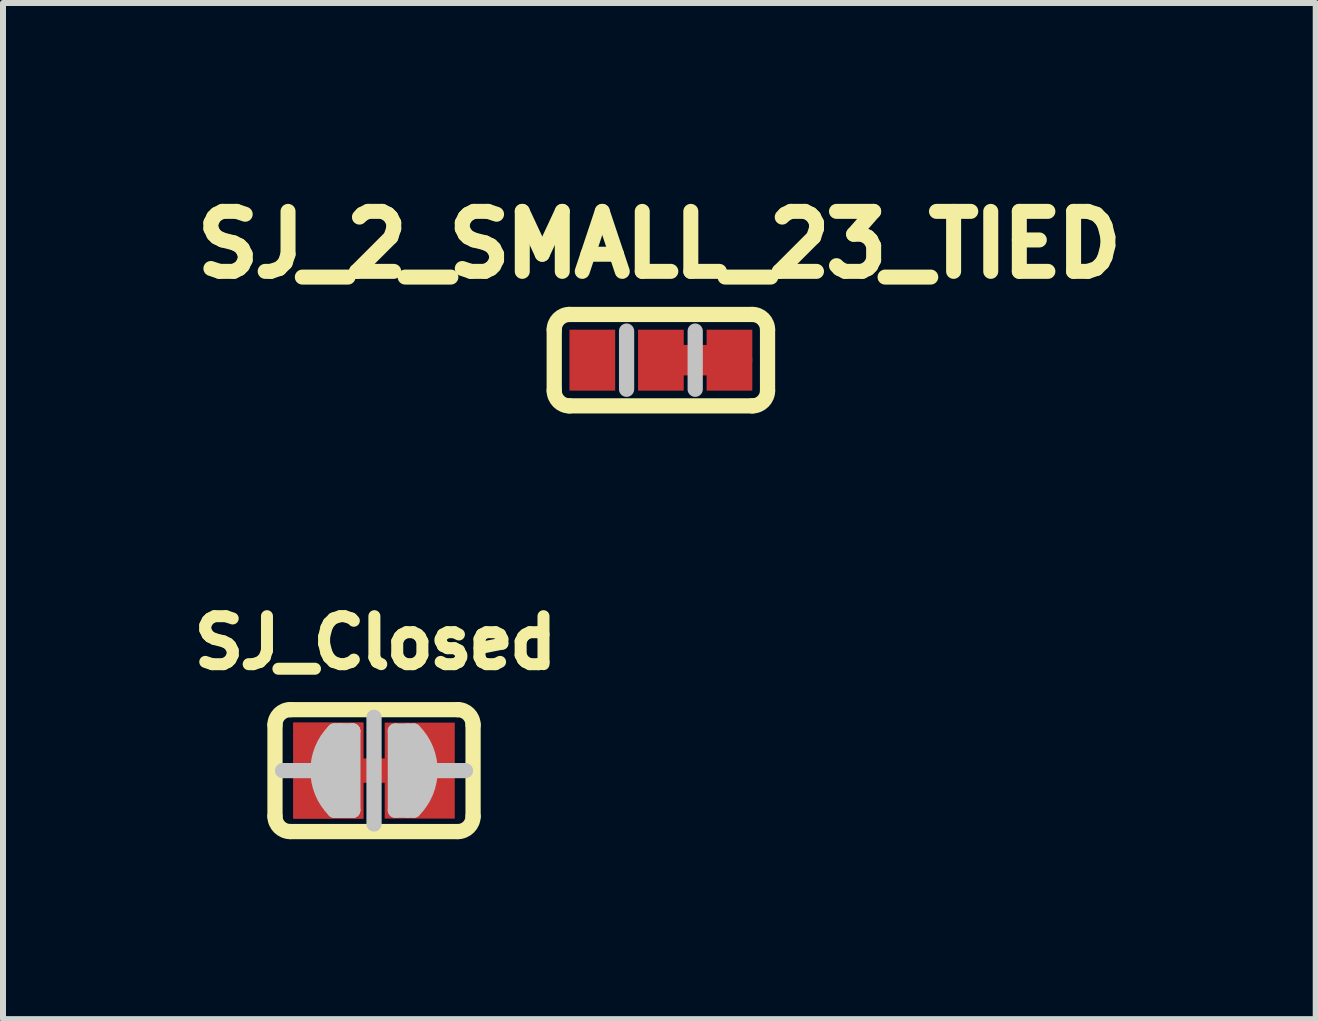
<source format=kicad_pcb>
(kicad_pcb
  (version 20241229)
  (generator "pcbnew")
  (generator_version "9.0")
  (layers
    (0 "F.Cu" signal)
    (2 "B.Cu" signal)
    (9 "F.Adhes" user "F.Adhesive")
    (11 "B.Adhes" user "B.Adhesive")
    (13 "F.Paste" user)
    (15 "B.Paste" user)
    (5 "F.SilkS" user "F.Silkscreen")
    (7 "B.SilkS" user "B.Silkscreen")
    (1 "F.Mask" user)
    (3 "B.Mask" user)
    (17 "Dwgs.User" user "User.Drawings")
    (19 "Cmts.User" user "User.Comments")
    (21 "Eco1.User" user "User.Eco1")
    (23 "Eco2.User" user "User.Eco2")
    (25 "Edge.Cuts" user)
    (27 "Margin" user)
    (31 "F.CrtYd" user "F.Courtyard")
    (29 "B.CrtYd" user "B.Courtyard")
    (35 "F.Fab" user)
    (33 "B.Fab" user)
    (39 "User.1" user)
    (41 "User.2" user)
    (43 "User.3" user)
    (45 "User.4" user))
  (footprint "SJ_Closed"
    (layer "F.Cu")
    (at 3.185 9.796)
    (property "Reference" "SJ_Closed" (at 0.025 -2.134 0) (layer "F.SilkS") (effects (font (size 0.8 0.8) (thickness 0.2))))
    (attr smd)
    (fp_line (start -1.651 0.762) (end -1.651 -0.762) (stroke (width 0.254) (type solid)) (layer "F.SilkS"))
    (fp_line (start -1.397 -1.016) (end 1.397 -1.016) (stroke (width 0.254) (type solid)) (layer "F.SilkS"))
    (fp_line (start 1.397 1.016) (end -1.397 1.016) (stroke (width 0.254) (type solid)) (layer "F.SilkS"))
    (fp_line (start 1.651 0.762) (end 1.651 -0.762) (stroke (width 0.254) (type solid)) (layer "F.SilkS"))
    (fp_arc (start -1.651 -0.762) (mid -1.576605 -0.941605) (end -1.397 -1.016) (stroke (width 0.254) (type solid)) (layer "F.SilkS"))
    (fp_arc (start -1.397 1.016) (mid -1.576605 0.941605) (end -1.651 0.762) (stroke (width 0.254) (type solid)) (layer "F.SilkS"))
    (fp_arc (start 1.397 -1.016) (mid 1.576605 -0.941605) (end 1.651 -0.762) (stroke (width 0.254) (type solid)) (layer "F.SilkS"))
    (fp_arc (start 1.651 0.762) (mid 1.576605 0.941605) (end 1.397 1.016) (stroke (width 0.254) (type solid)) (layer "F.SilkS"))
    (fp_line (start -1.016 0) (end -1.524 0) (stroke (width 0.254) (type solid)) (layer "Dwgs.User"))
    (fp_line (start -0.711 0.559) (end -0.711 -0.457) (stroke (width 0.254) (type solid)) (layer "Dwgs.User"))
    (fp_line (start -0.711 0.559) (end -0.711 -0.457) (stroke (width 0.254) (type solid)) (layer "Dwgs.User"))
    (fp_line (start -0.66 -0.66) (end -0.356 -0.66) (stroke (width 0.254) (type solid)) (layer "Dwgs.User"))
    (fp_line (start -0.66 -0.66) (end -0.356 -0.66) (stroke (width 0.254) (type solid)) (layer "Dwgs.User"))
    (fp_line (start -0.559 0.66) (end -0.559 -0.66) (stroke (width 0.254) (type solid)) (layer "Dwgs.User"))
    (fp_line (start -0.559 0.66) (end -0.559 -0.66) (stroke (width 0.254) (type solid)) (layer "Dwgs.User"))
    (fp_line (start -0.356 -0.66) (end -0.356 0.66) (stroke (width 0.254) (type solid)) (layer "Dwgs.User"))
    (fp_line (start -0.356 -0.66) (end -0.356 0.66) (stroke (width 0.254) (type solid)) (layer "Dwgs.User"))
    (fp_line (start -0.356 0.66) (end -0.66 0.66) (stroke (width 0.254) (type solid)) (layer "Dwgs.User"))
    (fp_line (start -0.356 0.66) (end -0.66 0.66) (stroke (width 0.254) (type solid)) (layer "Dwgs.User"))
    (fp_line (start 0 -0.889) (end 0 0.889) (stroke (width 0.254) (type solid)) (layer "Dwgs.User"))
    (fp_line (start 0.356 -0.66) (end 0.356 0.66) (stroke (width 0.254) (type solid)) (layer "Dwgs.User"))
    (fp_line (start 0.356 -0.66) (end 0.66 -0.66) (stroke (width 0.254) (type solid)) (layer "Dwgs.User"))
    (fp_line (start 0.356 0.66) (end 0.66 0.66) (stroke (width 0.254) (type solid)) (layer "Dwgs.User"))
    (fp_line (start 0.559 -0.66) (end 0.559 0.66) (stroke (width 0.254) (type solid)) (layer "Dwgs.User"))
    (fp_line (start 0.737 0.508) (end 0.737 -0.508) (stroke (width 0.254) (type solid)) (layer "Dwgs.User"))
    (fp_line (start 1.016 0) (end 1.524 0) (stroke (width 0.254) (type solid)) (layer "Dwgs.User"))
    (fp_arc (start -0.6604 0.6604) (mid -0.933947 0) (end -0.6604 -0.6604) (stroke (width 0.254) (type solid)) (layer "Dwgs.User"))
    (fp_arc (start 0.6604 -0.6604) (mid 0.933947 0) (end 0.6604 0.6604) (stroke (width 0.254) (type solid)) (layer "Dwgs.User"))
    (pad "1" smd rect (at -0.762 0) (size 1.168 1.6) (layers "F.Cu" "F.Mask"))
    (pad "1" smd rect (at -0.762 0) (size 1.168 1.6) (layers "F.Cu" "F.Mask"))
    (pad "1" connect rect (at 0 0) (size 0.508 0.406) (layers "F.Cu" "F.Mask"))
    (pad "2" smd rect (at 0.762 0) (size 1.168 1.6) (layers "F.Cu" "F.Mask")))
  (footprint "SJ_2_SMALL_23_TIED"
    (layer "F.Cu")
    (at 7.967 2.954)
    (property "Reference" "SJ_2_SMALL_23_TIED" (at -0.025 -1.93 0) (layer "F.SilkS") (effects (font (size 1 1) (thickness 0.25))))
    (attr smd)
    (fp_line (start 0 0) (end 1.27 0) (stroke (width 0.508) (type solid)) (layer "F.Cu"))
    (fp_line (start -1.778 0.508) (end -1.778 -0.508) (stroke (width 0.254) (type solid)) (layer "F.SilkS"))
    (fp_line (start -1.524 -0.762) (end 1.524 -0.762) (stroke (width 0.254) (type solid)) (layer "F.SilkS"))
    (fp_line (start 1.524 0.762) (end -1.524 0.762) (stroke (width 0.254) (type solid)) (layer "F.SilkS"))
    (fp_line (start 1.778 0.508) (end 1.778 -0.508) (stroke (width 0.254) (type solid)) (layer "F.SilkS"))
    (fp_arc (start -1.778 -0.508) (mid -1.703605 -0.687605) (end -1.524 -0.762) (stroke (width 0.254) (type solid)) (layer "F.SilkS"))
    (fp_arc (start -1.524 0.762) (mid -1.703605 0.687605) (end -1.778 0.508) (stroke (width 0.254) (type solid)) (layer "F.SilkS"))
    (fp_arc (start 1.524 -0.762) (mid 1.703605 -0.687605) (end 1.778 -0.508) (stroke (width 0.254) (type solid)) (layer "F.SilkS"))
    (fp_arc (start 1.778 0.508) (mid 1.703605 0.687605) (end 1.524 0.762) (stroke (width 0.254) (type solid)) (layer "F.SilkS"))
    (fp_line (start -0.572 -0.485) (end -0.572 0.485) (stroke (width 0.254) (type solid)) (layer "Dwgs.User"))
    (fp_line (start 0.572 -0.485) (end 0.572 0.485) (stroke (width 0.254) (type solid)) (layer "Dwgs.User"))
    (pad "1" smd rect (at -1.143 0) (size 0.762 1.016) (layers "F.Cu" "F.Mask"))
    (pad "2" smd rect (at 0 0) (size 0.762 1.016) (layers "F.Cu" "F.Mask"))
    (pad "3" smd rect (at 1.143 0) (size 0.762 1.016) (layers "F.Cu" "F.Mask")))
  (gr_rect
    (start -3 -3)
    (end 18.883 13.939)
    (stroke (width 0.1) (type default))
    (fill no)
    (layer "Edge.Cuts")))
</source>
